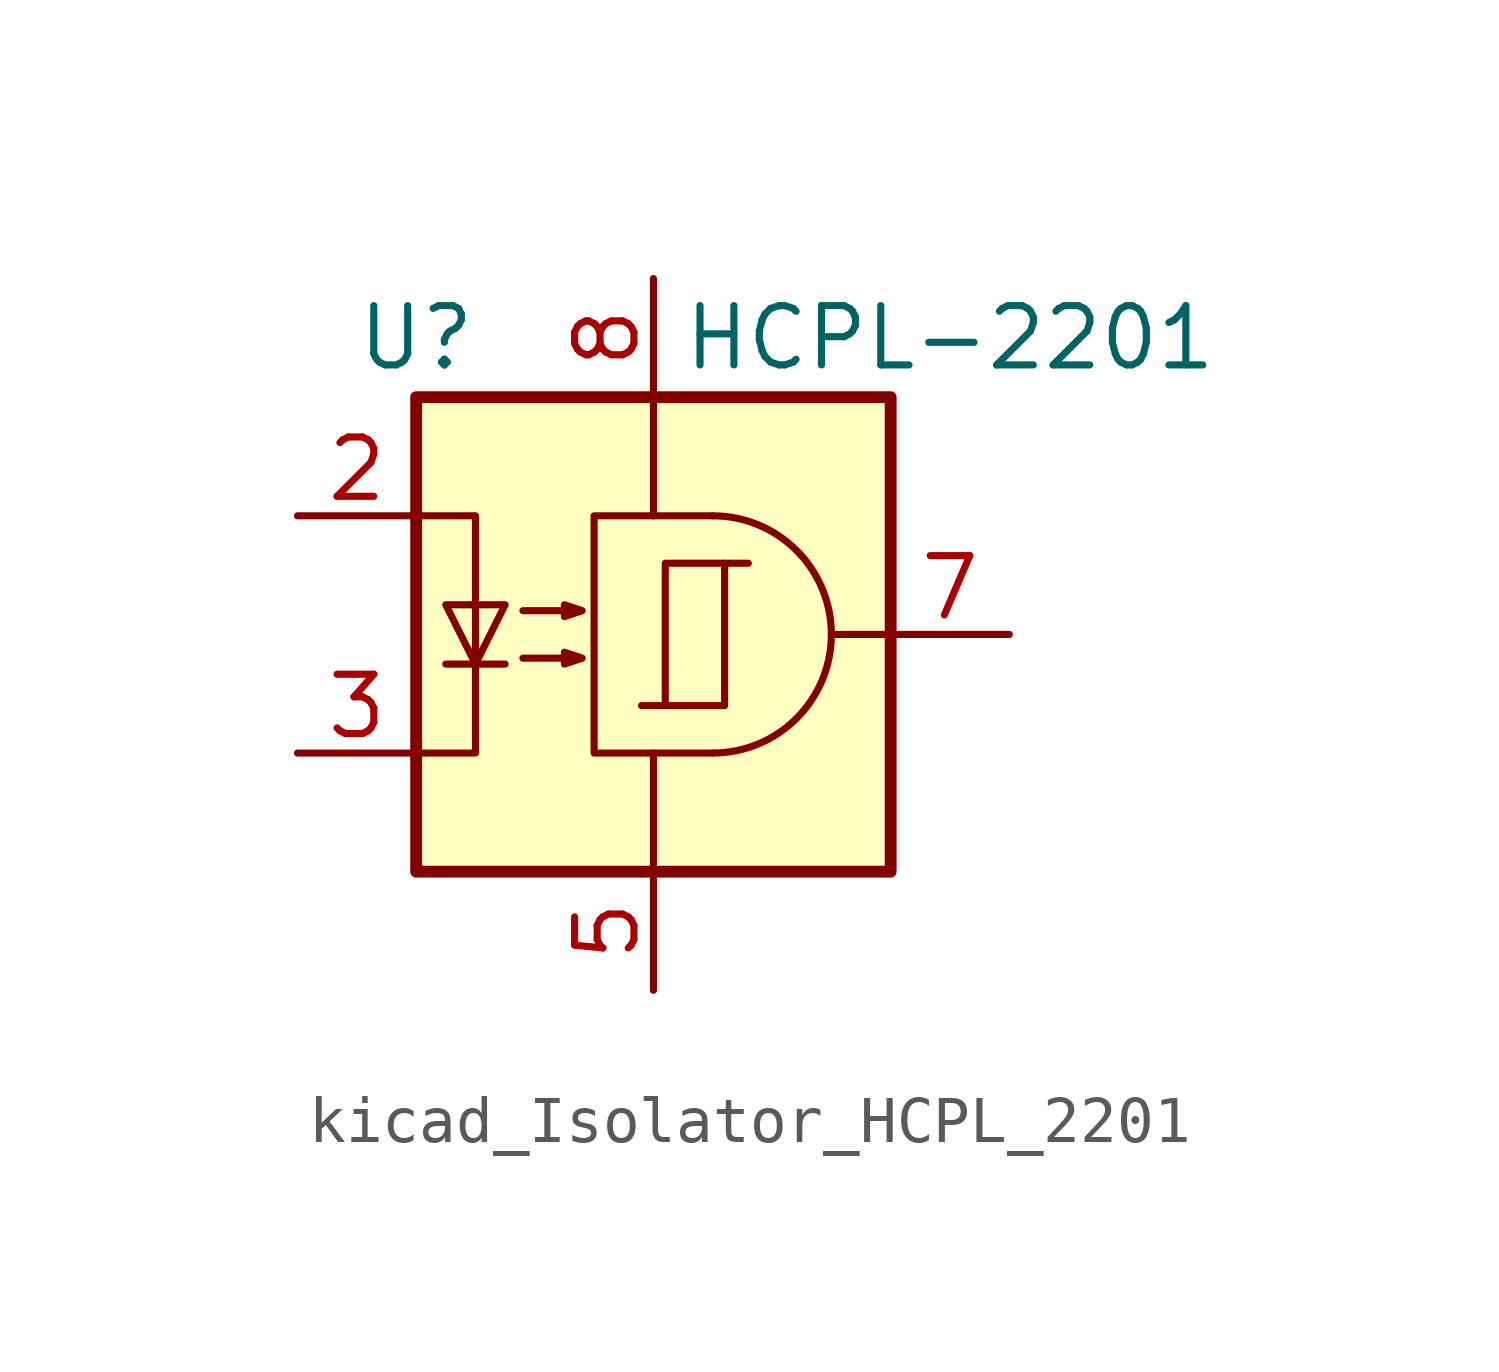
<source format=kicad_sym>
(kicad_symbol_lib
  (version 20220914)
  (generator kicad_symbol_editor)
  (symbol "kicad_Isolator_HCPL_2201"
    (property "Reference" "U"
      (at -5.08 6.35 0)
      (effects (font (size 1.27 1.27))))
    (property "Value" "HCPL-2201"
      (at 6.35 6.35 0)
      (effects (font (size 1.27 1.27))))
    (symbol "kicad_Isolator_HCPL_2201_0_1"
      (polyline (pts (xy 5.08 0) (xy 3.81 0)) (stroke (width 0) (type default)) (fill (type none))))
    (symbol "kicad_Isolator_HCPL_2201_1_1"
      (rectangle (start -5.08 5.08) (end 5.08 -5.08) (stroke (width 0.254) (type default)) (fill (type background)))
      (polyline (pts (xy -4.445 -0.635) (xy -3.175 -0.635)) (stroke (width 0) (type default)) (fill (type none)))
      (polyline (pts (xy 0 2.54) (xy 0 5.08)) (stroke (width 0) (type default)) (fill (type none)))
      (polyline (pts (xy 0.254 -1.524) (xy -0.254 -1.524)) (stroke (width 0) (type default)) (fill (type none)))
      (polyline (pts (xy 1.524 1.524) (xy 2.032 1.524)) (stroke (width 0) (type default)) (fill (type none)))
      (polyline (pts (xy 0 -2.54) (xy 0 -5.08) (xy 0 -3.81)) (stroke (width 0) (type default)) (fill (type none)))
      (polyline (pts (xy -5.08 -2.54) (xy -3.81 -2.54) (xy -3.81 2.54) (xy -5.08 2.54)) (stroke (width 0) (type default)) (fill (type none)))
      (polyline (pts (xy -3.81 -0.635) (xy -4.445 0.635) (xy -3.175 0.635) (xy -3.81 -0.635)) (stroke (width 0) (type default)) (fill (type none)))
      (polyline (pts (xy 1.27 -2.54) (xy -1.27 -2.54) (xy -1.27 2.54) (xy 1.27 2.54)) (stroke (width 0) (type default)) (fill (type none)))
      (polyline (pts (xy -2.794 -0.508) (xy -1.524 -0.508) (xy -1.905 -0.635) (xy -1.905 -0.381) (xy -1.524 -0.508)) (stroke (width 0) (type default)) (fill (type none)))
      (polyline (pts (xy -2.794 0.508) (xy -1.524 0.508) (xy -1.905 0.381) (xy -1.905 0.635) (xy -1.524 0.508)) (stroke (width 0) (type default)) (fill (type none)))
      (rectangle (start 0.254 1.524) (end 1.524 -1.524) (stroke (width 0) (type default)) (fill (type none)))
      (arc (start 1.27 -2.54) (mid 3.799 0) (end 1.27 2.54) (stroke (width 0) (type default)) (fill (type none)))
      (pin no_connect line (at -5.08 0 0) (length 2.54) hide (name "~" (effects (font (size 1.27 1.27)))) (number "1" (effects (font (size 1.27 1.27)))))
      (pin passive line (at -7.62 2.54 0) (length 2.54) (name "~" (effects (font (size 1.27 1.27)))) (number "2" (effects (font (size 1.27 1.27)))))
      (pin passive line (at -7.62 -2.54 0) (length 2.54) (name "~" (effects (font (size 1.27 1.27)))) (number "3" (effects (font (size 1.27 1.27)))))
      (pin no_connect line (at -5.08 -5.08 0) (length 2.54) hide (name "~" (effects (font (size 1.27 1.27)))) (number "4" (effects (font (size 1.27 1.27)))))
      (pin power_in line (at 0 -7.62 90) (length 2.54) (name "~" (effects (font (size 1.27 1.27)))) (number "5" (effects (font (size 1.27 1.27)))))
      (pin no_connect line (at 5.08 -2.54 180) (length 2.54) hide (name "~" (effects (font (size 1.27 1.27)))) (number "6" (effects (font (size 1.27 1.27)))))
      (pin output line (at 7.62 0 180) (length 2.54) (name "~" (effects (font (size 1.27 1.27)))) (number "7" (effects (font (size 1.27 1.27)))))
      (pin power_in line (at 0 7.62 270) (length 2.54) (name "~" (effects (font (size 1.27 1.27)))) (number "8" (effects (font (size 1.27 1.27))))))))
</source>
